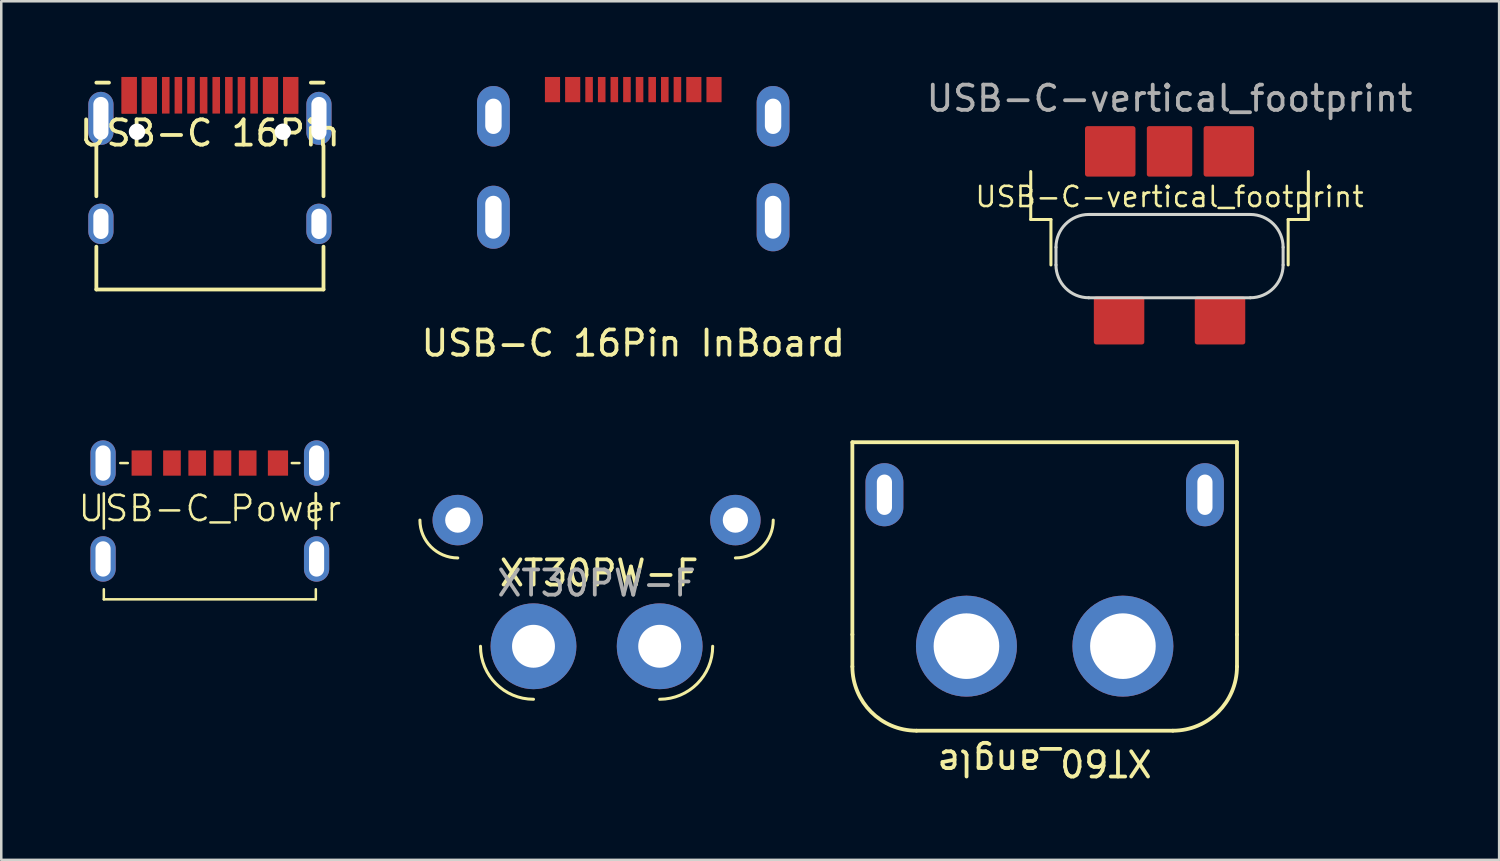
<source format=kicad_pcb>
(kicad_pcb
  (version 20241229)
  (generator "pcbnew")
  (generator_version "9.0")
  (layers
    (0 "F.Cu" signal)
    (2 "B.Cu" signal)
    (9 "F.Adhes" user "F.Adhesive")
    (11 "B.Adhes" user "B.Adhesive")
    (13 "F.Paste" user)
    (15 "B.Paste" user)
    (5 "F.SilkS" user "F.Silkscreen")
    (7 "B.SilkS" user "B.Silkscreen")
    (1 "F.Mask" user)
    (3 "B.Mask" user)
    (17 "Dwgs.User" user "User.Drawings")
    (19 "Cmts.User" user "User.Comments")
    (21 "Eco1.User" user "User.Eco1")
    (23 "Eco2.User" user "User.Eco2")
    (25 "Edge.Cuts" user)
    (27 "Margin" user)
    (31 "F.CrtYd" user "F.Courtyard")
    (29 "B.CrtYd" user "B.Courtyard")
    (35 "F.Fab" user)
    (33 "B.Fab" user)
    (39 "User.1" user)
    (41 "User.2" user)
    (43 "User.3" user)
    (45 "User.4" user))
  (footprint "XT60_angle"
    (layer "F.Cu")
    (at 38.344 19.553)
    (property "Reference" "XT60_angle" (at 0 7.62 180) (unlocked yes) (layer "F.SilkS") (effects (font (size 1 1) (thickness 0.15))))
    (attr through_hole)
    (fp_line (start -7.62 -5.08) (end 7.62 -5.08) (stroke (width 0.15) (type solid)) (layer "F.SilkS"))
    (fp_line (start -7.62 2.54) (end -7.62 -5.08) (stroke (width 0.15) (type solid)) (layer "F.SilkS"))
    (fp_line (start -7.62 2.54) (end -7.62 3.81) (stroke (width 0.15) (type solid)) (layer "F.SilkS"))
    (fp_line (start -5.08 6.35) (end 5.08 6.35) (stroke (width 0.15) (type solid)) (layer "F.SilkS"))
    (fp_line (start 7.62 -5.08) (end 7.62 2.54) (stroke (width 0.15) (type solid)) (layer "F.SilkS"))
    (fp_line (start 7.62 3.81) (end 7.62 2.54) (stroke (width 0.15) (type solid)) (layer "F.SilkS"))
    (fp_arc (start -5.08 6.35) (mid -6.876051 5.606051) (end -7.62 3.81) (stroke (width 0.15) (type solid)) (layer "F.SilkS"))
    (fp_arc (start 7.62 3.81) (mid 6.876051 5.606051) (end 5.08 6.35) (stroke (width 0.15) (type solid)) (layer "F.SilkS"))
    (pad "" thru_hole oval (at -6.35 -3) (size 1.5 2.5) (drill oval 0.6 1.6) (layers "*.Cu" "*.Mask"))
    (pad "" thru_hole oval (at 6.35 -3) (size 1.5 2.5) (drill oval 0.6 1.6) (layers "*.Cu" "*.Mask"))
    (pad "1" thru_hole circle (at 3.1 3) (size 4 4) (drill 2.6) (layers "*.Cu" "*.Mask"))
    (pad "2" thru_hole circle (at -3.1 3) (size 4 4) (drill 2.6) (layers "*.Cu" "*.Mask")))
  (footprint "USB-C 16Pin InBoard"
    (layer "F.Cu")
    (at 22.042 1.05)
    (property "Reference" "USB-C 16Pin InBoard" (at 0 9.5 0) (layer "F.SilkS") (effects (font (size 1 1) (thickness 0.15))))
    (attr through_hole)
    (fp_line (start -4.5 0) (end 4.5 0) (stroke (width 0.12) (type solid)) (layer "Eco1.User"))
    (fp_line (start -4.5 6.09) (end -4.5 0) (stroke (width 0.12) (type solid)) (layer "Eco1.User"))
    (fp_line (start -4.5 6.09) (end 4.5 6.09) (stroke (width 0.12) (type solid)) (layer "Eco1.User"))
    (fp_line (start 4.5 6.09) (end 4.5 0) (stroke (width 0.12) (type solid)) (layer "Eco1.User"))
    (pad "A1" smd rect (at -3.2 -0.55 180) (size 0.6 1) (layers "F.Cu" "F.Mask" "F.Paste"))
    (pad "A5" smd rect (at -1.25 -0.55 180) (size 0.3 1) (layers "F.Cu" "F.Mask" "F.Paste"))
    (pad "A6" smd rect (at -0.25 -0.55 180) (size 0.3 1) (layers "F.Cu" "F.Mask" "F.Paste"))
    (pad "A7" smd rect (at 0.25 -0.55 180) (size 0.3 1) (layers "F.Cu" "F.Mask" "F.Paste"))
    (pad "A8" smd rect (at 1.25 -0.55 180) (size 0.3 1) (layers "F.Cu" "F.Mask" "F.Paste"))
    (pad "A9" smd rect (at -2.4 -0.55 180) (size 0.6 1) (layers "F.Cu" "F.Mask" "F.Paste"))
    (pad "B1" smd rect (at 3.2 -0.55 180) (size 0.6 1) (layers "F.Cu" "F.Mask" "F.Paste"))
    (pad "B4" smd rect (at 2.4 -0.55 180) (size 0.6 1) (layers "F.Cu" "F.Mask" "F.Paste"))
    (pad "B5" smd rect (at 1.75 -0.55 180) (size 0.3 1) (layers "F.Cu" "F.Mask" "F.Paste"))
    (pad "B6" smd rect (at 0.75 -0.55 180) (size 0.3 1) (layers "F.Cu" "F.Mask" "F.Paste"))
    (pad "B7" smd rect (at -0.75 -0.55 180) (size 0.3 1) (layers "F.Cu" "F.Mask" "F.Paste"))
    (pad "B8" smd rect (at -1.75 -0.55 180) (size 0.3 1) (layers "F.Cu" "F.Mask" "F.Paste"))
    (pad "S1" thru_hole oval (at -5.54 0.508 180) (size 1.3 2.4) (drill oval 0.65 1.4) (layers "*.Cu" "*.Mask"))
    (pad "S1" thru_hole oval (at -5.54 4.508 180) (size 1.3 2.5) (drill oval 0.65 1.7) (layers "*.Cu" "*.Mask"))
    (pad "S1" thru_hole oval (at 5.54 0.508) (size 1.3 2.4) (drill oval 0.65 1.4) (layers "*.Cu" "*.Mask"))
    (pad "S1" thru_hole oval (at 5.54 4.508) (size 1.3 2.7) (drill oval 0.65 1.7) (layers "*.Cu" "*.Mask")))
  (footprint "USB-C-vertical_footprint"
    (layer "F.Cu")
    (at 43.292 5.448)
    (property "Reference" "USB-C-vertical_footprint" (at 0 -0.7 0) (unlocked yes) (layer "F.SilkS") (effects (font (size 0.8 0.8) (thickness 0.1))))
    (attr smd)
    (fp_line (start -5.5 -1.7) (end -5.5 0.2) (stroke (width 0.12) (type solid)) (layer "F.SilkS"))
    (fp_line (start -5.5 0.2) (end -4.7 0.2) (stroke (width 0.12) (type solid)) (layer "F.SilkS"))
    (fp_line (start -4.7 0.2) (end -4.7 2) (stroke (width 0.12) (type solid)) (layer "F.SilkS"))
    (fp_line (start 4.7 0.2) (end 4.7 2) (stroke (width 0.12) (type solid)) (layer "F.SilkS"))
    (fp_line (start 4.7 0.2) (end 5.5 0.2) (stroke (width 0.12) (type solid)) (layer "F.SilkS"))
    (fp_line (start 5.5 -1.7) (end 5.5 0.2) (stroke (width 0.12) (type solid)) (layer "F.SilkS"))
    (fp_line (start -8 0) (end 10 0) (stroke (width 0.12) (type solid)) (layer "Eco2.User"))
    (fp_line (start 10 -1.6) (end -8 -1.6) (stroke (width 0.12) (type solid)) (layer "Eco2.User"))
    (fp_line (start -4.5 2) (end -4.5 1.3) (stroke (width 0.12) (type solid)) (layer "Edge.Cuts"))
    (fp_line (start -3.2 0) (end 3.2 0) (stroke (width 0.12) (type solid)) (layer "Edge.Cuts"))
    (fp_line (start -3.2 3.3) (end 3.2 3.3) (stroke (width 0.12) (type solid)) (layer "Edge.Cuts"))
    (fp_line (start 4.5 2) (end 4.5 1.3) (stroke (width 0.12) (type solid)) (layer "Edge.Cuts"))
    (fp_arc (start -4.5 1.3) (mid -4.119239 0.380761) (end -3.2 0) (stroke (width 0.12) (type solid)) (layer "Edge.Cuts"))
    (fp_arc (start -3.2 3.3) (mid -4.119239 2.919239) (end -4.5 2) (stroke (width 0.12) (type solid)) (layer "Edge.Cuts"))
    (fp_arc (start 3.2 0) (mid 4.119239 0.380761) (end 4.5 1.3) (stroke (width 0.12) (type solid)) (layer "Edge.Cuts"))
    (fp_arc (start 4.5 2) (mid 4.119239 2.919239) (end 3.2 3.3) (stroke (width 0.12) (type solid)) (layer "Edge.Cuts"))
    (fp_text user "${REFERENCE}" (at 0 -4.6 0) (unlocked yes) (layer "F.Fab") (effects (font (size 1 1) (thickness 0.15))))
    (pad "1" smd roundrect (at -2.35 -2.5) (size 2 2) (layers "F.Cu" "F.Mask") (roundrect_rratio 0.05))
    (pad "1" smd roundrect (at 2.35 -2.5) (size 2 2) (layers "F.Cu" "F.Mask") (roundrect_rratio 0.05))
    (pad "2" smd roundrect (at 0 -2.5) (size 1.8 2) (layers "F.Cu" "F.Mask") (roundrect_rratio 0.05))
    (pad "S1" smd roundrect (at -2 4.2) (size 2 1.9) (layers "F.Cu" "F.Mask") (roundrect_rratio 0.05))
    (pad "S1" smd roundrect (at 2 4.2) (size 2 1.9) (layers "F.Cu" "F.Mask") (roundrect_rratio 0.05)))
  (footprint "XT30PW-F"
    (layer "F.Cu")
    (at 20.589 17.558)
    (property "Reference" "XT30PW-F" (at 0.1 2.1 0) (unlocked yes) (layer "F.SilkS") (effects (font (size 1 1) (thickness 0.15))))
    (attr smd)
    (fp_arc (start -5.5 1.5) (mid -6.56066 1.06066) (end -7 0) (stroke (width 0.12) (type solid)) (layer "F.SilkS"))
    (fp_arc (start -2.5 7.1) (mid -3.984924 6.484924) (end -4.6 5) (stroke (width 0.12) (type solid)) (layer "F.SilkS"))
    (fp_arc (start 4.6 5) (mid 3.984924 6.484924) (end 2.5 7.1) (stroke (width 0.12) (type solid)) (layer "F.SilkS"))
    (fp_arc (start 7 0) (mid 6.56066 1.06066) (end 5.5 1.5) (stroke (width 0.12) (type solid)) (layer "F.SilkS"))
    (fp_line (start 5.5 -3.1) (end -5.5 -3.1) (stroke (width 0.12) (type solid)) (layer "Eco1.User"))
    (fp_text user "${REFERENCE}" (at 0 2.5 0) (unlocked yes) (layer "F.Fab") (effects (font (size 1 1) (thickness 0.15))))
    (pad "1" thru_hole circle (at -2.5 5) (size 3.4 3.4) (drill 1.7) (layers "*.Cu" "*.Mask"))
    (pad "2" thru_hole circle (at 2.5 5) (size 3.4 3.4) (drill 1.7) (layers "*.Cu" "*.Mask"))
    (pad "MP" thru_hole circle (at -5.5 0) (size 2 2) (drill 1) (layers "*.Cu" "*.Mask"))
    (pad "MP" thru_hole circle (at 5.5 0) (size 2 2) (drill 1) (layers "*.Cu" "*.Mask")))
  (footprint "USB-C_Power"
    (layer "F.Cu")
    (at 5.264 15.298)
    (property "Reference" "USB-C_Power" (at 0 1.8 0) (layer "F.SilkS") (effects (font (size 1 1) (thickness 0.1))))
    (attr through_hole)
    (fp_line (start -4.2 2.6) (end -4.2 1.2) (stroke (width 0.1) (type solid)) (layer "F.SilkS"))
    (fp_line (start -4.2 5.4) (end -4.2 5) (stroke (width 0.1) (type solid)) (layer "F.SilkS"))
    (fp_line (start -4.2 5.4) (end 4.2 5.4) (stroke (width 0.1) (type solid)) (layer "F.SilkS"))
    (fp_line (start -3.55 0) (end -3.25 0) (stroke (width 0.1) (type solid)) (layer "F.SilkS"))
    (fp_line (start 3.55 0) (end 3.25 0) (stroke (width 0.1) (type solid)) (layer "F.SilkS"))
    (fp_line (start 4.2 2.6) (end 4.2 1.2) (stroke (width 0.11) (type solid)) (layer "F.SilkS"))
    (fp_line (start 4.2 5.4) (end 4.2 5) (stroke (width 0.1) (type solid)) (layer "F.SilkS"))
    (pad "1" smd rect (at -2.7 0) (size 0.8 1) (layers "F.Cu" "F.Mask" "F.Paste"))
    (pad "2" smd rect (at -1.5 0) (size 0.7 1) (layers "F.Cu" "F.Mask" "F.Paste"))
    (pad "3" smd rect (at -0.5 0) (size 0.7 1) (layers "F.Cu" "F.Mask" "F.Paste"))
    (pad "4" smd rect (at 0.5 0) (size 0.7 1) (layers "F.Cu" "F.Mask" "F.Paste"))
    (pad "5" smd rect (at 1.5 0) (size 0.7 1) (layers "F.Cu" "F.Mask" "F.Paste"))
    (pad "6" smd rect (at 2.7 0) (size 0.8 1) (layers "F.Cu" "F.Mask" "F.Paste"))
    (pad "7" thru_hole oval (at -4.23 0) (size 1 1.8) (drill oval 0.6 1.4) (layers "*.Cu" "*.Mask"))
    (pad "7" thru_hole oval (at -4.23 3.8) (size 1 1.8) (drill oval 0.6 1.4) (layers "*.Cu" "*.Mask"))
    (pad "7" thru_hole oval (at 4.23 0) (size 1 1.8) (drill oval 0.6 1.4) (layers "*.Cu" "*.Mask"))
    (pad "7" thru_hole oval (at 4.23 3.8) (size 1 1.8) (drill oval 0.6 1.4) (layers "*.Cu" "*.Mask")))
  (footprint "USB-C 16Pin"
    (layer "F.Cu")
    (at 5.268 0.725)
    (property "Reference" "USB-C 16Pin" (at 0 1.5 0) (layer "F.SilkS") (effects (font (size 1 1) (thickness 0.15))))
    (attr through_hole)
    (fp_line (start -4.5 -0.5) (end -4 -0.5) (stroke (width 0.15) (type solid)) (layer "F.SilkS"))
    (fp_line (start -4.5 2) (end -4.5 4) (stroke (width 0.15) (type solid)) (layer "F.SilkS"))
    (fp_line (start -4.5 7.695) (end -4.5 6) (stroke (width 0.15) (type solid)) (layer "F.SilkS"))
    (fp_line (start 4 -0.5) (end 4.5 -0.5) (stroke (width 0.15) (type solid)) (layer "F.SilkS"))
    (fp_line (start 4.5 4) (end 4.5 2) (stroke (width 0.15) (type solid)) (layer "F.SilkS"))
    (fp_line (start 4.5 6) (end 4.5 7.695) (stroke (width 0.15) (type solid)) (layer "F.SilkS"))
    (fp_line (start 4.5 7.695) (end -4.5 7.695) (stroke (width 0.15) (type solid)) (layer "F.SilkS"))
    (pad "" np_thru_hole circle (at -2.89 1.445) (size 0.65 0.65) (drill 0.65) (layers "*.Cu" "*.Mask"))
    (pad "" np_thru_hole circle (at 2.89 1.445) (size 0.65 0.65) (drill 0.65) (layers "*.Cu" "*.Mask"))
    (pad "A1" smd rect (at -3.2 0) (size 0.6 1.45) (layers "F.Cu" "F.Mask" "F.Paste"))
    (pad "A4" smd rect (at -2.4 0) (size 0.6 1.45) (layers "F.Cu" "F.Mask" "F.Paste"))
    (pad "A5" smd rect (at -1.25 0) (size 0.3 1.45) (layers "F.Cu" "F.Mask" "F.Paste"))
    (pad "A6" smd rect (at -0.25 0) (size 0.3 1.45) (layers "F.Cu" "F.Mask" "F.Paste"))
    (pad "A7" smd rect (at 0.25 0) (size 0.3 1.45) (layers "F.Cu" "F.Mask" "F.Paste"))
    (pad "A8" smd rect (at 1.25 0) (size 0.3 1.45) (layers "F.Cu" "F.Mask" "F.Paste"))
    (pad "A9" smd rect (at -2.4 0) (size 0.6 1.45) (layers "F.Cu" "F.Mask" "F.Paste"))
    (pad "A12" smd rect (at -3.2 0) (size 0.6 1.45) (layers "F.Cu" "F.Mask" "F.Paste"))
    (pad "B1" smd rect (at 3.2 0) (size 0.6 1.45) (layers "F.Cu" "F.Mask" "F.Paste"))
    (pad "B4" smd rect (at 2.4 0) (size 0.6 1.45) (layers "F.Cu" "F.Mask" "F.Paste"))
    (pad "B5" smd rect (at 1.75 0) (size 0.3 1.45) (layers "F.Cu" "F.Mask" "F.Paste"))
    (pad "B6" smd rect (at 0.75 0) (size 0.3 1.45) (layers "F.Cu" "F.Mask" "F.Paste"))
    (pad "B7" smd rect (at -0.75 0) (size 0.3 1.45) (layers "F.Cu" "F.Mask" "F.Paste"))
    (pad "B8" smd rect (at -1.75 0) (size 0.3 1.45) (layers "F.Cu" "F.Mask" "F.Paste"))
    (pad "B9" smd rect (at 2.4 0) (size 0.6 1.45) (layers "F.Cu" "F.Mask" "F.Paste"))
    (pad "B12" smd rect (at 3.2 0) (size 0.6 1.45) (layers "F.Cu" "F.Mask" "F.Paste"))
    (pad "S1" thru_hole oval (at -4.32 0.915) (size 1 2.1) (drill oval 0.6 1.7) (layers "*.Cu" "*.Mask"))
    (pad "S1" thru_hole oval (at -4.32 5.095) (size 1 1.6) (drill oval 0.6 1.2) (layers "*.Cu" "*.Mask"))
    (pad "S1" thru_hole oval (at 4.32 0.915) (size 1 2.1) (drill oval 0.6 1.7) (layers "*.Cu" "*.Mask"))
    (pad "S1" thru_hole oval (at 4.32 5.095) (size 1 1.6) (drill oval 0.6 1.2) (layers "*.Cu" "*.Mask")))
  (gr_rect
    (start -3 -3)
    (end 56.352 31.021)
    (stroke (width 0.1) (type default))
    (fill no)
    (layer "Edge.Cuts")))
</source>
